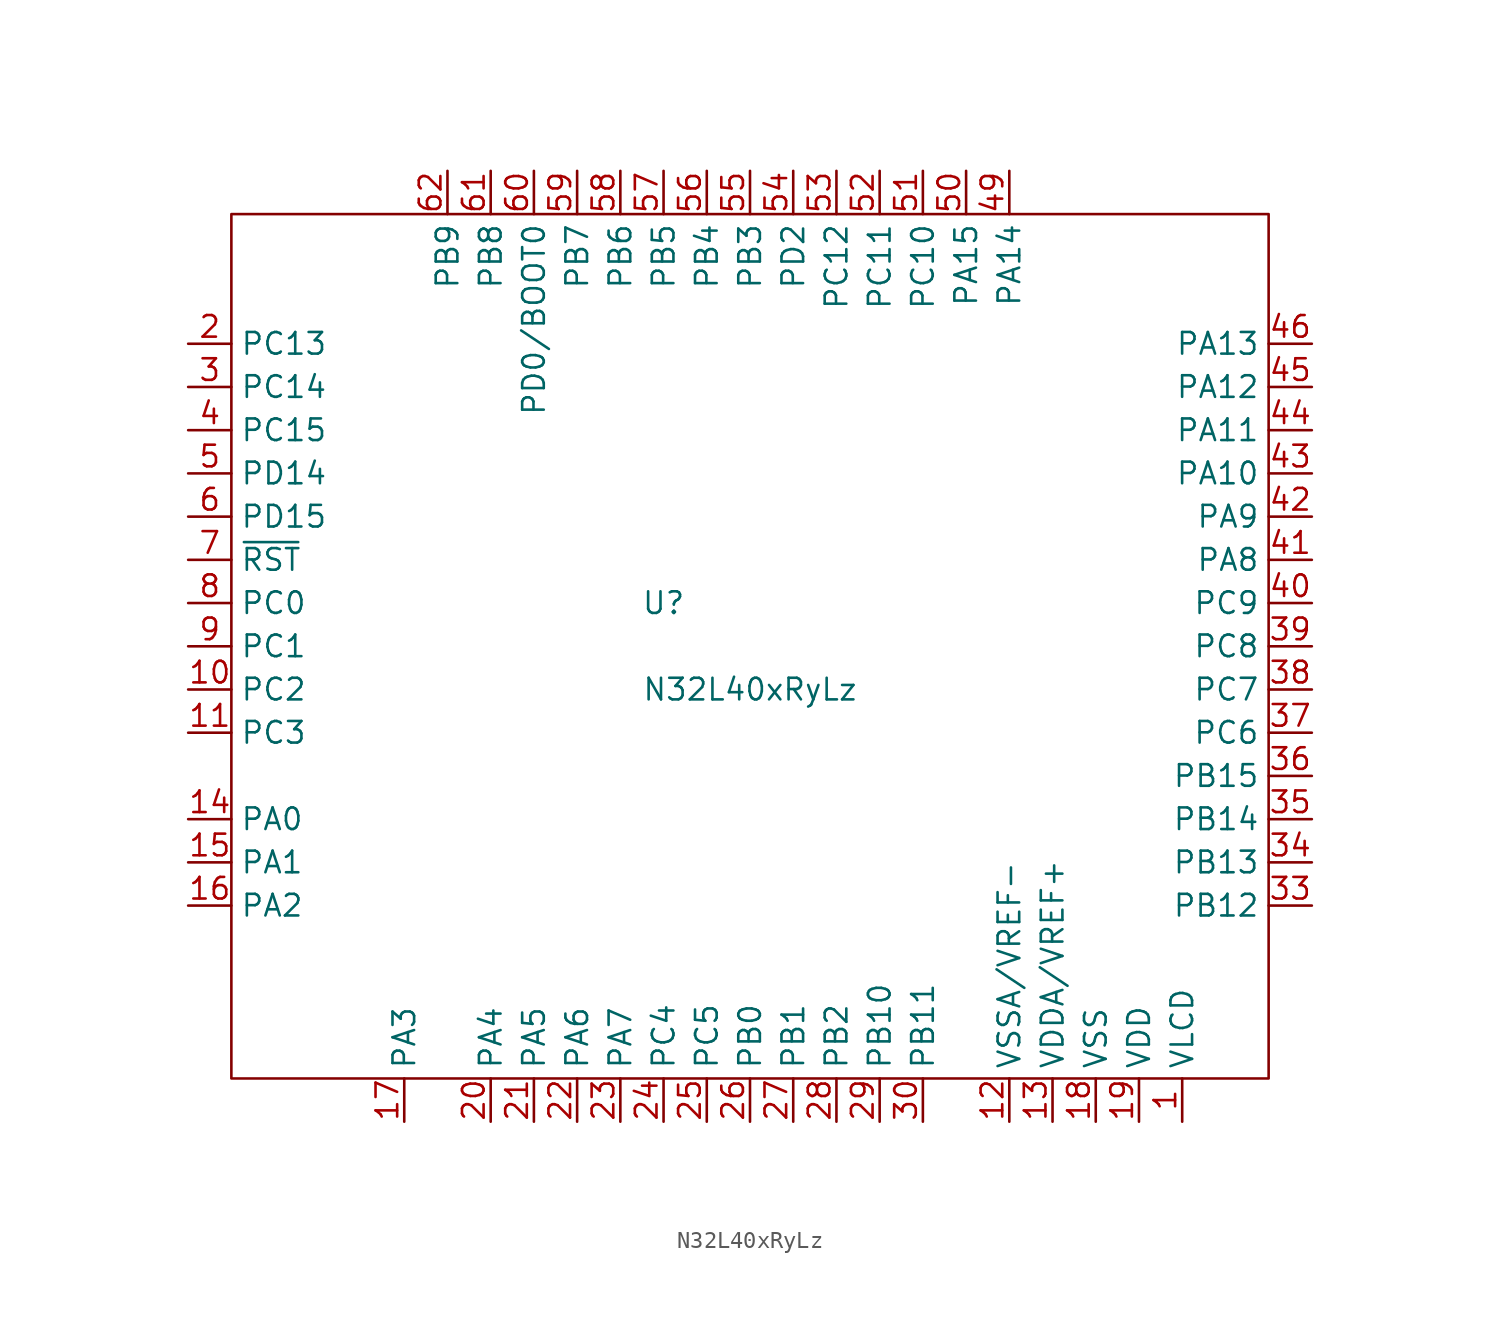
<source format=kicad_sym>
(kicad_symbol_lib
  (version 20220914)
  (generator kicad_symbol_editor)
  (symbol "N32L40xRyLz"
    (property "Reference" "U"
      (at -5.08 2.54 0)
      (effects (font (size 1.27 1.27))))
    (property "Value" "N32L40xRyLz"
      (at 0 -2.54 0)
      (effects (font (size 1.27 1.27))))
    (symbol "N32L40xRyLz_0_1"
      (rectangle (start -30.48 25.4) (end 30.48 -25.4) (stroke (width 0) (type default)) (fill (type none))))
    (symbol "N32L40xRyLz_1_1"
      (pin bidirectional line (at 25.4 -27.94 90) (length 2.54) (name "VLCD" (effects (font (size 1.27 1.27)))) (number "1" (effects (font (size 1.27 1.27)))))
      (pin bidirectional line (at -33.02 -2.54 0) (length 2.54) (name "PC2" (effects (font (size 1.27 1.27)))) (number "10" (effects (font (size 1.27 1.27)))) (alternate "ADC_IN13" input line) (alternate "EVENT_OUT" output line) (alternate "LCD_SEG20" output line) (alternate "LPTIM_IN2" input line))
      (pin bidirectional line (at -33.02 -5.08 0) (length 2.54) (name "PC3" (effects (font (size 1.27 1.27)))) (number "11" (effects (font (size 1.27 1.27)))) (alternate "ADC_IN14" input line) (alternate "EVENT_OUT" output line) (alternate "LCD_SEG21" output line) (alternate "LPTIM_ETR" input line))
      (pin power_in line (at 15.24 -27.94 90) (length 2.54) (name "VSSA/VREF-" (effects (font (size 1.27 1.27)))) (number "12" (effects (font (size 1.27 1.27)))))
      (pin power_in line (at 17.78 -27.94 90) (length 2.54) (name "VDDA/VREF+" (effects (font (size 1.27 1.27)))) (number "13" (effects (font (size 1.27 1.27)))))
      (pin bidirectional line (at -33.02 -10.16 0) (length 2.54) (name "PA0" (effects (font (size 1.27 1.27)))) (number "14" (effects (font (size 1.27 1.27)))) (alternate "ADC_IN1" input line) (alternate "COMP1_INM" input line) (alternate "COMP1_INP" input line) (alternate "COMP1_OUT" output line) (alternate "EVENT_OUT" output line) (alternate "I2S1_MCK" output line) (alternate "LPUART_RX" input line) (alternate "SPI1_MISO" input line) (alternate "TAMP2-RTC" output line) (alternate "TIM2_CH1" bidirectional line) (alternate "TIM5_CH1" bidirectional line) (alternate "TIM8_ETR" input line) (alternate "TIMER2_ETR" input line) (alternate "USART2_CTS" output line) (alternate "WKUP1" input line))
      (pin bidirectional line (at -33.02 -12.7 0) (length 2.54) (name "PA1" (effects (font (size 1.27 1.27)))) (number "15" (effects (font (size 1.27 1.27)))) (alternate "ADC_IN2" input line) (alternate "COMP1_INP" input line) (alternate "EVENT_OUT" output line) (alternate "LCD_SEG0" output line) (alternate "LPUART_TX" output line) (alternate "OPAMP1_VINP" input line) (alternate "TIM2_CH2" bidirectional line) (alternate "TIM5_CH2" bidirectional line) (alternate "USART2_RTS" output line))
      (pin bidirectional line (at -33.02 -15.24 0) (length 2.54) (name "PA2" (effects (font (size 1.27 1.27)))) (number "16" (effects (font (size 1.27 1.27)))) (alternate "ADC_IN3" input line) (alternate "COMP1_INP" input line) (alternate "COMP2_INM" input line) (alternate "COMP2_OUT" output line) (alternate "EVENT_OUT" output line) (alternate "I2C2_SDA" bidirectional line) (alternate "LCD_SEG1" output line) (alternate "OPAMP1_VOUT" output line) (alternate "TIM2_CH3" output line) (alternate "TIM5_CH3" bidirectional line) (alternate "USART2_TX" output line))
      (pin bidirectional line (at -20.32 -27.94 90) (length 2.54) (name "PA3" (effects (font (size 1.27 1.27)))) (number "17" (effects (font (size 1.27 1.27)))) (alternate "ADC_IN4" input line) (alternate "COMP1_INP" input line) (alternate "COMP2_INP" input line) (alternate "EVENT_OUT" output line) (alternate "I2C2_SCL" output line) (alternate "LCD_SEG2" output line) (alternate "LPUART_RX" input line) (alternate "OPAMP1_VINM" input line) (alternate "TIM5_CH4" bidirectional line) (alternate "USART2_RX" input line))
      (pin power_in line (at 20.32 -27.94 90) (length 2.54) (name "VSS" (effects (font (size 1.27 1.27)))) (number "18" (effects (font (size 1.27 1.27)))))
      (pin power_in line (at 22.86 -27.94 90) (length 2.54) (name "VDD" (effects (font (size 1.27 1.27)))) (number "19" (effects (font (size 1.27 1.27)))))
      (pin bidirectional line (at -33.02 17.78 0) (length 2.54) (name "PC13" (effects (font (size 1.27 1.27)))) (number "2" (effects (font (size 1.27 1.27)))) (alternate "EVENT_OUT" output line) (alternate "LCD_SEG35" output line) (alternate "RTC_OUT" output line) (alternate "TAMP1-RTC" output line) (alternate "TIM1_CHN1N" bidirectional line) (alternate "WKUP2" input line))
      (pin bidirectional line (at -15.24 -27.94 90) (length 2.54) (name "PA4" (effects (font (size 1.27 1.27)))) (number "20" (effects (font (size 1.27 1.27)))) (alternate "ADC_IN5" input line) (alternate "COMP1_INM" input line) (alternate "COMP2_INM" input line) (alternate "EVENT_OUT" output line) (alternate "I2C1_SCL" output line) (alternate "I2S1_WS" output line) (alternate "LPUART_TX" output line) (alternate "OPAMP1_VINP" input line) (alternate "OPAMP2_VINP" input line) (alternate "SPI1_~{SS}" output line) (alternate "USART1_TX" output line) (alternate "USART2_CK" output line))
      (pin bidirectional line (at -12.7 -27.94 90) (length 2.54) (name "PA5" (effects (font (size 1.27 1.27)))) (number "21" (effects (font (size 1.27 1.27)))) (alternate "ADC_IN6" input line) (alternate "COMP1_INM" input line) (alternate "COMP2_INM" input line) (alternate "EVENT_OUT" output line) (alternate "I2C1_SDA" bidirectional line) (alternate "I2S1_CK" output line) (alternate "OPAMP1_VINP" input line) (alternate "OPAMP2_VINM" input line) (alternate "SPI1_SCK" output line) (alternate "USART1_RX" input line))
      (pin bidirectional line (at -10.16 -27.94 90) (length 2.54) (name "PA6" (effects (font (size 1.27 1.27)))) (number "22" (effects (font (size 1.27 1.27)))) (alternate "ADC_IN7" input line) (alternate "COMP2_INM" input line) (alternate "COMP2_INP" input line) (alternate "COMP2_OUT" output line) (alternate "EVENT_OUT" output line) (alternate "I2S1_MCK" output line) (alternate "LCD_SEG3" output line) (alternate "LPUART_CTS" output line) (alternate "OPAMP2_VOUT" output line) (alternate "SPI1_MISO" input line) (alternate "TIM1_BKIN" input line) (alternate "TIM3_CH1" bidirectional line) (alternate "TIM8_BKIN" input line))
      (pin bidirectional line (at -7.62 -27.94 90) (length 2.54) (name "PA7" (effects (font (size 1.27 1.27)))) (number "23" (effects (font (size 1.27 1.27)))) (alternate "ADC_IN8" input line) (alternate "COMP2_INP" input line) (alternate "COMP2_OUT" output line) (alternate "EVENT_OUT" output line) (alternate "I2S1_SD" bidirectional line) (alternate "LCD_SEG4" output line) (alternate "OPAMP1_VINP" input line) (alternate "OPAMP2_VINP" input line) (alternate "SPI1_MOSI" output line) (alternate "TIM1_CH1N" output line) (alternate "TIM3_CH2" bidirectional line) (alternate "TIM8_CH1N" output line))
      (pin bidirectional line (at -5.08 -27.94 90) (length 2.54) (name "PC4" (effects (font (size 1.27 1.27)))) (number "24" (effects (font (size 1.27 1.27)))) (alternate "ADC_IN15" input line) (alternate "EVENT_OUT" output line) (alternate "I2C1_SCL" output line) (alternate "LCD_SEG22" output line) (alternate "LPUART_TX" output line))
      (pin bidirectional line (at -2.54 -27.94 90) (length 2.54) (name "PC5" (effects (font (size 1.27 1.27)))) (number "25" (effects (font (size 1.27 1.27)))) (alternate "ADC_IN16" input line) (alternate "EVENT_OUT" output line) (alternate "I2C1_SDA" bidirectional line) (alternate "LCD_SEG23" output line) (alternate "LPUART_RX" input line) (alternate "OPAMP1_VINM" input line) (alternate "OPAMP2_VINM" input line))
      (pin bidirectional line (at 0 -27.94 90) (length 2.54) (name "PB0" (effects (font (size 1.27 1.27)))) (number "26" (effects (font (size 1.27 1.27)))) (alternate "ADC_IN9" input line) (alternate "EVENT_OUT" output line) (alternate "LCD_SEG5" output line) (alternate "OPAMP2_VINM" input line) (alternate "TIM1_CH2N" output line) (alternate "TIM3_CH3" bidirectional line) (alternate "TIM8_CH2N" output line) (alternate "UART4_TX" output line))
      (pin bidirectional line (at 2.54 -27.94 90) (length 2.54) (name "PB1" (effects (font (size 1.27 1.27)))) (number "27" (effects (font (size 1.27 1.27)))) (alternate "ADC_IN10" input line) (alternate "EVENT_OUT" output line) (alternate "LCD_SEG6" output line) (alternate "LPUART_RTS" output line) (alternate "TIM1_CH3N" output line) (alternate "TIM3_CH4" bidirectional line) (alternate "TIM8_CH3N" output line) (alternate "UART4_RX" input line))
      (pin bidirectional line (at 5.08 -27.94 90) (length 2.54) (name "PB2" (effects (font (size 1.27 1.27)))) (number "28" (effects (font (size 1.27 1.27)))) (alternate "EVENT_OUT" output line) (alternate "LPTIM_OUT" output line) (alternate "TIM9_ETR" input line))
      (pin bidirectional line (at 7.62 -27.94 90) (length 2.54) (name "PB10" (effects (font (size 1.27 1.27)))) (number "29" (effects (font (size 1.27 1.27)))) (alternate "COMP1_INP" input line) (alternate "EVENT_OUT" output line) (alternate "I2C2_SCL" output line) (alternate "LCD_SEG10" output line) (alternate "LPUART_TX" output line) (alternate "TIM2_CH3" bidirectional line) (alternate "USART3_TX" output line))
      (pin bidirectional line (at -33.02 15.24 0) (length 2.54) (name "PC14" (effects (font (size 1.27 1.27)))) (number "3" (effects (font (size 1.27 1.27)))) (alternate "OSC32_IN" passive line))
      (pin bidirectional line (at 10.16 -27.94 90) (length 2.54) (name "PB11" (effects (font (size 1.27 1.27)))) (number "30" (effects (font (size 1.27 1.27)))) (alternate "EVENT_OUT" output line) (alternate "I2C2_SDA" bidirectional line) (alternate "LCD_SEG11" output line) (alternate "LPUART_RX" input line) (alternate "TIM2_CH4" bidirectional line) (alternate "USART3_RX" input line))
      (pin power_in line (at 20.32 -27.94 90) (length 2.54) hide (name "VSS" (effects (font (size 1.27 1.27)))) (number "31" (effects (font (size 1.27 1.27)))))
      (pin power_in line (at 22.86 -27.94 90) (length 2.54) hide (name "VDD" (effects (font (size 1.27 1.27)))) (number "32" (effects (font (size 1.27 1.27)))))
      (pin bidirectional line (at 33.02 -15.24 180) (length 2.54) (name "PB12" (effects (font (size 1.27 1.27)))) (number "33" (effects (font (size 1.27 1.27)))) (alternate "EVENT_OUT" output line) (alternate "I2C2_SMBA" bidirectional line) (alternate "I2S2_WS" output line) (alternate "LCD_SEG12" output line) (alternate "LPUART_RTS" output line) (alternate "SPI2_~{SS}" output line) (alternate "TIM1_BKIN" input line) (alternate "TIM9_CH1" bidirectional line) (alternate "USART3_CK" output line))
      (pin bidirectional line (at 33.02 -12.7 180) (length 2.54) (name "PB13" (effects (font (size 1.27 1.27)))) (number "34" (effects (font (size 1.27 1.27)))) (alternate "EVENT_OUT" output line) (alternate "I2C2_SCL" output line) (alternate "I2S2_CK" output line) (alternate "LCD_SEG13" output line) (alternate "LPUART_CTS" output line) (alternate "SPI2_SCK" output line) (alternate "TIM1_CH1N" output line) (alternate "TIM9_CH2" bidirectional line) (alternate "USART3_CTS" output line))
      (pin bidirectional line (at 33.02 -10.16 180) (length 2.54) (name "PB14" (effects (font (size 1.27 1.27)))) (number "35" (effects (font (size 1.27 1.27)))) (alternate "EVENT_OUT" output line) (alternate "I2C2_SDA" bidirectional line) (alternate "I2S2_MCK" output line) (alternate "LCD_SEG14" output line) (alternate "LPUART_RTS" output line) (alternate "OPAMP2_VINP" input line) (alternate "SPI2_MISO" input line) (alternate "TIM1_CH2N" output line) (alternate "TIM9_CH3" bidirectional line) (alternate "UART4_TX" output line) (alternate "USART3_RTS" output line))
      (pin bidirectional line (at 33.02 -7.62 180) (length 2.54) (name "PB15" (effects (font (size 1.27 1.27)))) (number "36" (effects (font (size 1.27 1.27)))) (alternate "EVENT_OUT" output line) (alternate "I2S2_SDA" bidirectional line) (alternate "LCD_SEG15" output line) (alternate "SPI2_MOSI" output line) (alternate "TIM1_CH3N" output line) (alternate "TIM9_CH4" bidirectional line) (alternate "UART4_RX" input line))
      (pin bidirectional line (at 33.02 -5.08 180) (length 2.54) (name "PC6" (effects (font (size 1.27 1.27)))) (number "37" (effects (font (size 1.27 1.27)))) (alternate "EVENT_OUT" output line) (alternate "I2S2_WS" output line) (alternate "LCD_SEG24" output line) (alternate "SPI2_~{SS}" output line) (alternate "TIM3_CH1" bidirectional line) (alternate "TIM8_CH1" bidirectional line))
      (pin bidirectional line (at 33.02 -2.54 180) (length 2.54) (name "PC7" (effects (font (size 1.27 1.27)))) (number "38" (effects (font (size 1.27 1.27)))) (alternate "EVENT_OUT" output line) (alternate "I2S2_CK" output line) (alternate "LCD_SEG25" output line) (alternate "SPI2_SCK" output line) (alternate "TIM3_CH2" output line) (alternate "TIM8_CH2" output line))
      (pin bidirectional line (at 33.02 0 180) (length 2.54) (name "PC8" (effects (font (size 1.27 1.27)))) (number "39" (effects (font (size 1.27 1.27)))) (alternate "I2S2_MCK" output line) (alternate "LCD_SEG26" output line) (alternate "SPI2_MISO" input line) (alternate "TIM3_CH3" bidirectional line) (alternate "TIM8_CH3" bidirectional line))
      (pin bidirectional line (at -33.02 12.7 0) (length 2.54) (name "PC15" (effects (font (size 1.27 1.27)))) (number "4" (effects (font (size 1.27 1.27)))) (alternate "OSC32_OUT" passive line))
      (pin bidirectional line (at 33.02 2.54 180) (length 2.54) (name "PC9" (effects (font (size 1.27 1.27)))) (number "40" (effects (font (size 1.27 1.27)))) (alternate "EVENT_OUT" output line) (alternate "I2S2_SD" bidirectional line) (alternate "LCD_SEG27" output line) (alternate "SPI2_MOSI" output line) (alternate "TIM3_CH4" bidirectional line) (alternate "TIM8_CH4" bidirectional line))
      (pin bidirectional line (at 33.02 5.08 180) (length 2.54) (name "PA8" (effects (font (size 1.27 1.27)))) (number "41" (effects (font (size 1.27 1.27)))) (alternate "EVENT_OUT" output line) (alternate "I2C2_SDA" bidirectional line) (alternate "I2C2_SMBA" bidirectional line) (alternate "I2S1_WS" output line) (alternate "LCD_COM0" output line) (alternate "MCO" output line) (alternate "SPI1_~{SS}" output line) (alternate "TAMP3-RTC" output line) (alternate "TIM1_CH1" output line) (alternate "USART1_CK" output line) (alternate "WKUP0" input line))
      (pin bidirectional line (at 33.02 7.62 180) (length 2.54) (name "PA9" (effects (font (size 1.27 1.27)))) (number "42" (effects (font (size 1.27 1.27)))) (alternate "EVENT_OUT" output line) (alternate "I2C2_SCL" output line) (alternate "LCD_COM1" output line) (alternate "TIM1_CH2" bidirectional line) (alternate "USART1_TX" output line))
      (pin bidirectional line (at 33.02 10.16 180) (length 2.54) (name "PA10" (effects (font (size 1.27 1.27)))) (number "43" (effects (font (size 1.27 1.27)))) (alternate "EVENT_OUT" output line) (alternate "I2C2_SDA" bidirectional line) (alternate "I2S1_CK" output line) (alternate "I2S2_CK" output line) (alternate "LCD_COM2" output line) (alternate "SPI1_SCK" output line) (alternate "SPI2_SCK" output line) (alternate "TIM1_CH3" bidirectional line) (alternate "USART1_RX" input line))
      (pin bidirectional line (at 33.02 12.7 180) (length 2.54) (name "PA11" (effects (font (size 1.27 1.27)))) (number "44" (effects (font (size 1.27 1.27)))) (alternate "CAN_RX" input line) (alternate "COMP1_OUT" output line) (alternate "COMP2_INP" input line) (alternate "EVENT_OUT" output line) (alternate "I2S2_MCK" output line) (alternate "SPI2_MISO" input line) (alternate "TIM1_CH4" output line) (alternate "USART1_CTS" output line) (alternate "USB_DM" bidirectional line))
      (pin bidirectional line (at 33.02 15.24 180) (length 2.54) (name "PA12" (effects (font (size 1.27 1.27)))) (number "45" (effects (font (size 1.27 1.27)))) (alternate "CAN_TX" output line) (alternate "COMP1_INP" input line) (alternate "COMP2_OUT" output line) (alternate "EVENT_OUT" output line) (alternate "I2S2_SD" bidirectional line) (alternate "SPI2_MOSI" output line) (alternate "TIM1_ETR" input line) (alternate "USART1_RTS" output line) (alternate "USB_DP" bidirectional line))
      (pin bidirectional line (at 33.02 17.78 180) (length 2.54) (name "PA13" (effects (font (size 1.27 1.27)))) (number "46" (effects (font (size 1.27 1.27)))) (alternate "EVENT_OUT" output line) (alternate "I2S2_WS" output line) (alternate "SPI2_~{SS}" output line) (alternate "SWDIO-JTMS" bidirectional line))
      (pin power_in line (at 20.32 -27.94 90) (length 2.54) hide (name "VSS" (effects (font (size 1.27 1.27)))) (number "47" (effects (font (size 1.27 1.27)))))
      (pin power_in line (at 22.86 -27.94 90) (length 2.54) hide (name "VDD" (effects (font (size 1.27 1.27)))) (number "48" (effects (font (size 1.27 1.27)))))
      (pin bidirectional line (at 15.24 27.94 270) (length 2.54) (name "PA14" (effects (font (size 1.27 1.27)))) (number "49" (effects (font (size 1.27 1.27)))) (alternate "COMP2_OUT" output line) (alternate "I2C1_SDA" bidirectional line) (alternate "SWCLK-JTCK" input line) (alternate "USART2_CK" output line))
      (pin bidirectional line (at -33.02 10.16 0) (length 2.54) (name "PD14" (effects (font (size 1.27 1.27)))) (number "5" (effects (font (size 1.27 1.27)))) (alternate "OSC_IN" passive line))
      (pin bidirectional line (at 12.7 27.94 270) (length 2.54) (name "PA15" (effects (font (size 1.27 1.27)))) (number "50" (effects (font (size 1.27 1.27)))) (alternate "COMP2_INP" input line) (alternate "EVENT_OUT" output line) (alternate "I2C1_SCL" output line) (alternate "I2S2_WS" output line) (alternate "JTDI" input line) (alternate "LCD_COM3" output line) (alternate "LCD_SEG17" output line) (alternate "SPI2_~{SS}" output line) (alternate "TIM2_CH1" bidirectional line) (alternate "TIM2_ETR" input line) (alternate "USART2_CTS" output line))
      (pin bidirectional line (at 10.16 27.94 270) (length 2.54) (name "PC10" (effects (font (size 1.27 1.27)))) (number "51" (effects (font (size 1.27 1.27)))) (alternate "EVENT_OUT" output line) (alternate "LCD_COM4" output line) (alternate "LCD_SEG28" output line) (alternate "LCD_SEG40" output line) (alternate "LPUART_TX" output line) (alternate "UART4_TX" output line) (alternate "USART3_TX" output line))
      (pin bidirectional line (at 7.62 27.94 270) (length 2.54) (name "PC11" (effects (font (size 1.27 1.27)))) (number "52" (effects (font (size 1.27 1.27)))) (alternate "EVENT_OUT" output line) (alternate "LCD_COM5" output line) (alternate "LCD_SEG29" output line) (alternate "LCD_SEG41" output line) (alternate "LPUART_RX" input line) (alternate "UART4_RX" input line) (alternate "USART3_RX" input line))
      (pin bidirectional line (at 5.08 27.94 270) (length 2.54) (name "PC12" (effects (font (size 1.27 1.27)))) (number "53" (effects (font (size 1.27 1.27)))) (alternate "EVENT_OUT" output line) (alternate "LCD_COM6" output line) (alternate "LCD_SEG30" output line) (alternate "LCD_SEG42" output line) (alternate "UART5_TX" output line) (alternate "USART3_CK" output line))
      (pin bidirectional line (at 2.54 27.94 270) (length 2.54) (name "PD2" (effects (font (size 1.27 1.27)))) (number "54" (effects (font (size 1.27 1.27)))) (alternate "EVENT_OUT" output line) (alternate "LCD_SEG31" output line) (alternate "LCD_SEG43" output line) (alternate "LPUART_RTS" output line) (alternate "TIM3_ETR" input line) (alternate "UART5_RX" input line))
      (pin bidirectional line (at 0 27.94 270) (length 2.54) (name "PB3" (effects (font (size 1.27 1.27)))) (number "55" (effects (font (size 1.27 1.27)))) (alternate "COMP1_INP" input line) (alternate "COMP2_INM" input line) (alternate "EVENT_OUT" output line) (alternate "I2S1_CK" output line) (alternate "JTDO-TRACE-SWO" output line) (alternate "LCD_SEG7" output line) (alternate "SPI1_SCK" output line) (alternate "TIM2_CH2" bidirectional line) (alternate "USART2_RTS" output line))
      (pin bidirectional line (at -2.54 27.94 270) (length 2.54) (name "PB4" (effects (font (size 1.27 1.27)))) (number "56" (effects (font (size 1.27 1.27)))) (alternate "COMP1_INP" input line) (alternate "EVENT_OUT" output line) (alternate "I2S1_MCK" output line) (alternate "LCD_SEG8" output line) (alternate "SPI1_MISO" input line) (alternate "TIM3_CH1" bidirectional line) (alternate "UART5_TX" output line) (alternate "USART2_TX" output line) (alternate "~{JTRST}" input line))
      (pin bidirectional line (at -5.08 27.94 270) (length 2.54) (name "PB5" (effects (font (size 1.27 1.27)))) (number "57" (effects (font (size 1.27 1.27)))) (alternate "COMP1_INM" input line) (alternate "EVENT_OUT" output line) (alternate "I2C1_SMBA" bidirectional line) (alternate "I2S1_SD" bidirectional line) (alternate "LCD_SEG9" output line) (alternate "LPTIM_IN1" input line) (alternate "SPI1_MOSI" output line) (alternate "TIM3_CH2" bidirectional line) (alternate "UART5_RX" input line) (alternate "USART2_RX" input line))
      (pin bidirectional line (at -7.62 27.94 270) (length 2.54) (name "PB6" (effects (font (size 1.27 1.27)))) (number "58" (effects (font (size 1.27 1.27)))) (alternate "COMP1_OUT" output line) (alternate "EVENT_OUT" output line) (alternate "I2C1_SCL" output line) (alternate "I2S1_WS" output line) (alternate "I2S2_CK" output line) (alternate "LPTIM_ETR" output line) (alternate "LPUART_TX" output line) (alternate "SPI1_~{SS}" bidirectional line) (alternate "SPI2_SCK" output line) (alternate "TIM1_CH2N" output line) (alternate "TIM4_CH1" output line) (alternate "USART1_TX" output line))
      (pin bidirectional line (at -10.16 27.94 270) (length 2.54) (name "PB7" (effects (font (size 1.27 1.27)))) (number "59" (effects (font (size 1.27 1.27)))) (alternate "COMP2_INP" input line) (alternate "EVENT_OUT" output line) (alternate "I2C1_SDA" bidirectional line) (alternate "LPTIM_IN2" input line) (alternate "LPUART_RX" input line) (alternate "PVD_IN" input line) (alternate "TIM4_CH2" bidirectional line) (alternate "USART1_RX" input line))
      (pin bidirectional line (at -33.02 7.62 0) (length 2.54) (name "PD15" (effects (font (size 1.27 1.27)))) (number "6" (effects (font (size 1.27 1.27)))) (alternate "OSC_OUT" passive line))
      (pin bidirectional line (at -12.7 27.94 270) (length 2.54) (name "PD0/BOOT0" (effects (font (size 1.27 1.27)))) (number "60" (effects (font (size 1.27 1.27)))) (alternate "LCD_SEG32" output line))
      (pin bidirectional line (at -15.24 27.94 270) (length 2.54) (name "PB8" (effects (font (size 1.27 1.27)))) (number "61" (effects (font (size 1.27 1.27)))) (alternate "CAN_RX" input line) (alternate "COMP1_OUT" output line) (alternate "EVENT_OUT" output line) (alternate "I2C1_SCL" output line) (alternate "LCD_SEG16" output line) (alternate "TIM4_CH3" bidirectional line) (alternate "UART5_TX" output line) (alternate "USART1_TX" output line))
      (pin bidirectional line (at -17.78 27.94 270) (length 2.54) (name "PB9" (effects (font (size 1.27 1.27)))) (number "62" (effects (font (size 1.27 1.27)))) (alternate "CAN_TX" output line) (alternate "COMP2_OUT" output line) (alternate "EVENT_OUT" output line) (alternate "I2C1_SDA" bidirectional line) (alternate "LCD_COM3" output line) (alternate "TIM4_CH4" bidirectional line) (alternate "UART5_RX" input line))
      (pin power_in line (at 20.32 -27.94 90) (length 2.54) hide (name "VSS" (effects (font (size 1.27 1.27)))) (number "63" (effects (font (size 1.27 1.27)))))
      (pin power_in line (at 22.86 -27.94 90) (length 2.54) hide (name "VDD" (effects (font (size 1.27 1.27)))) (number "64" (effects (font (size 1.27 1.27)))))
      (pin input line (at -33.02 5.08 0) (length 2.54) (name "~{RST}" (effects (font (size 1.27 1.27)))) (number "7" (effects (font (size 1.27 1.27)))))
      (pin bidirectional line (at -33.02 2.54 0) (length 2.54) (name "PC0" (effects (font (size 1.27 1.27)))) (number "8" (effects (font (size 1.27 1.27)))) (alternate "ADC_IN11" input line) (alternate "EVENT_OUT" output line) (alternate "I2C1_SCL" output line) (alternate "LCD_SEG18" output line) (alternate "LPTIM_IN1" input line))
      (pin bidirectional line (at -33.02 0 0) (length 2.54) (name "PC1" (effects (font (size 1.27 1.27)))) (number "9" (effects (font (size 1.27 1.27)))) (alternate "ADC_IN12" input line) (alternate "EVENT_OUT" output line) (alternate "I2C1_SDA" bidirectional line) (alternate "LCD_SEG19" output line) (alternate "LPTIM_OUT" output line)))))
</source>
